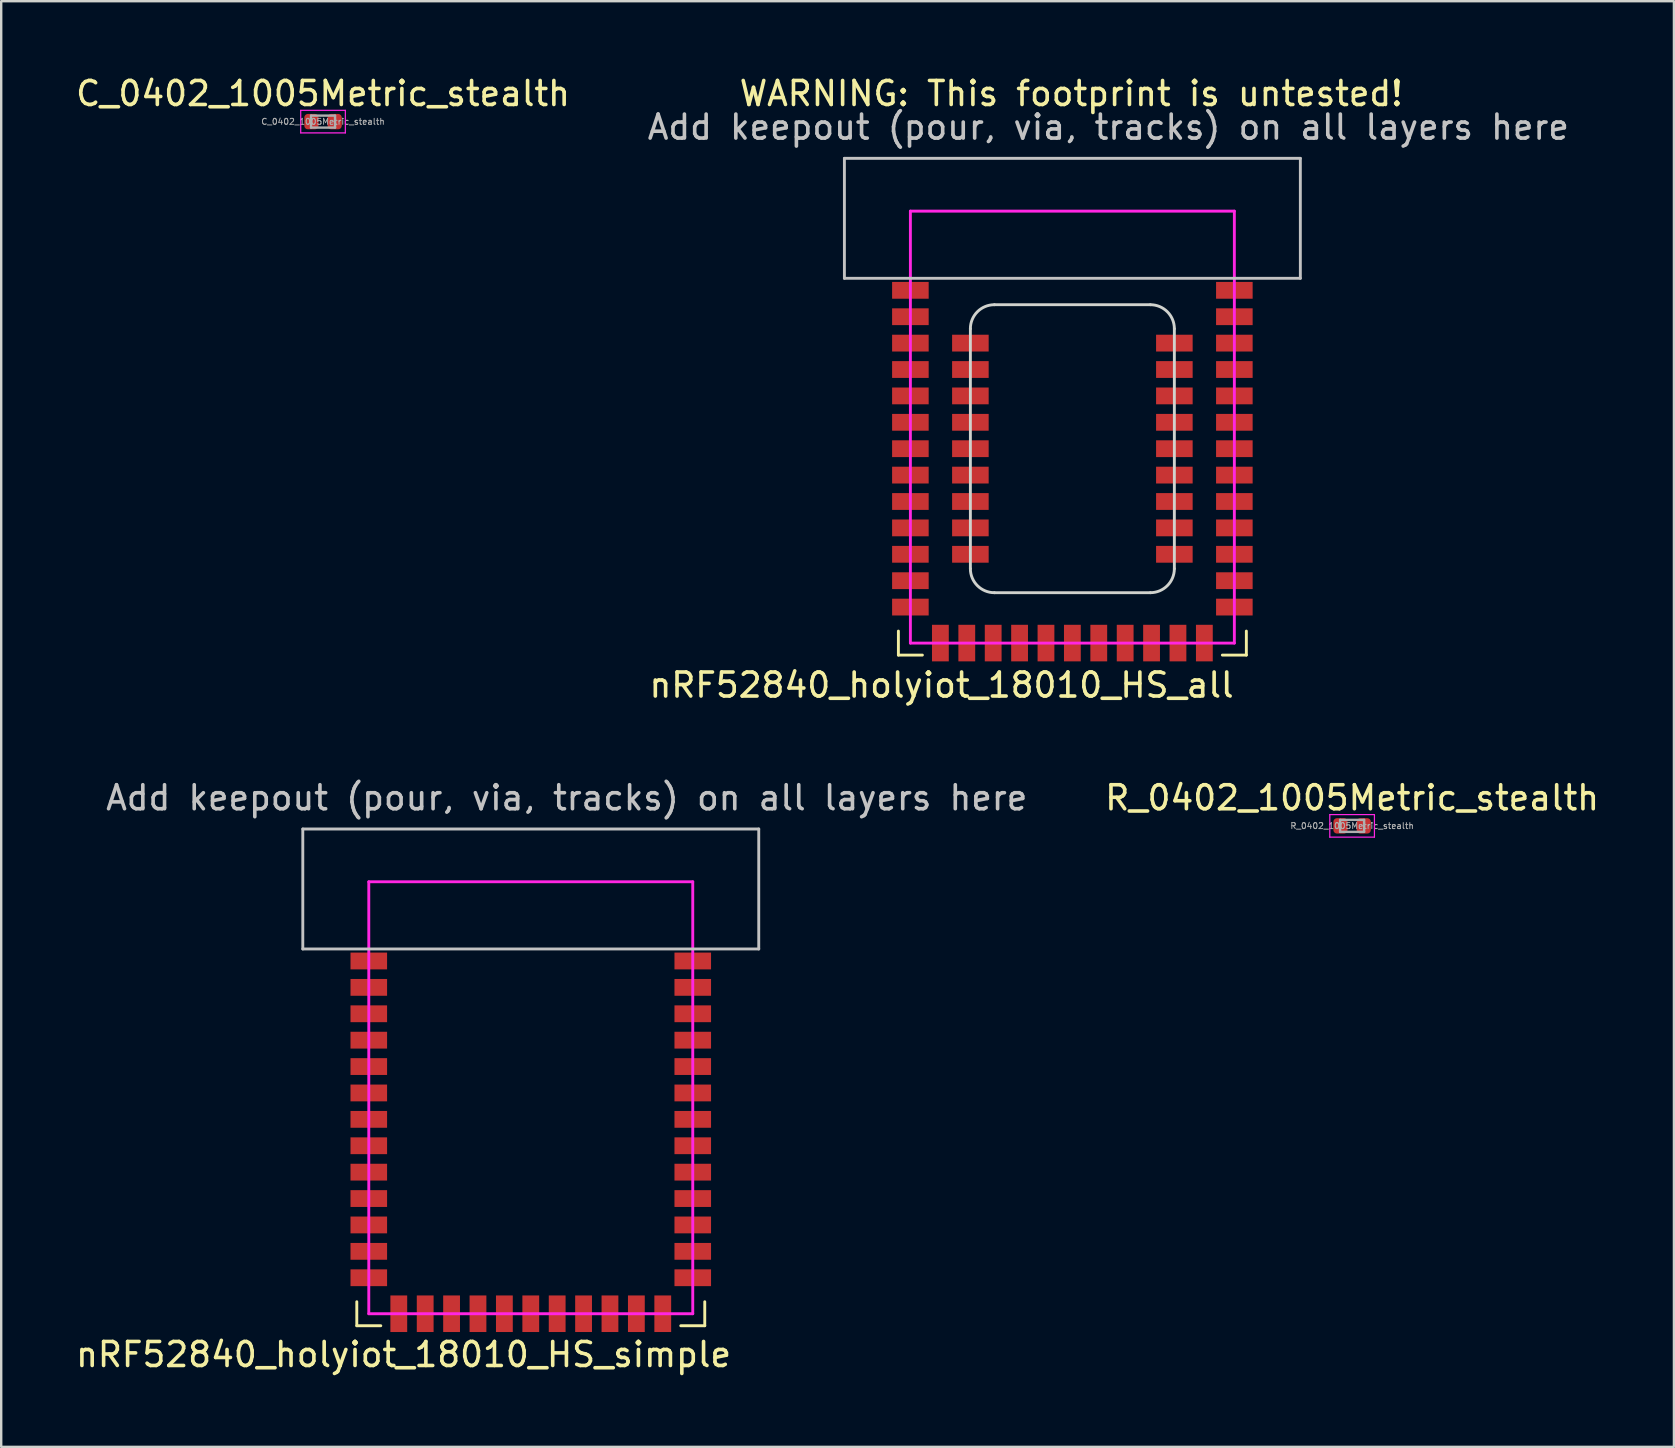
<source format=kicad_pcb>
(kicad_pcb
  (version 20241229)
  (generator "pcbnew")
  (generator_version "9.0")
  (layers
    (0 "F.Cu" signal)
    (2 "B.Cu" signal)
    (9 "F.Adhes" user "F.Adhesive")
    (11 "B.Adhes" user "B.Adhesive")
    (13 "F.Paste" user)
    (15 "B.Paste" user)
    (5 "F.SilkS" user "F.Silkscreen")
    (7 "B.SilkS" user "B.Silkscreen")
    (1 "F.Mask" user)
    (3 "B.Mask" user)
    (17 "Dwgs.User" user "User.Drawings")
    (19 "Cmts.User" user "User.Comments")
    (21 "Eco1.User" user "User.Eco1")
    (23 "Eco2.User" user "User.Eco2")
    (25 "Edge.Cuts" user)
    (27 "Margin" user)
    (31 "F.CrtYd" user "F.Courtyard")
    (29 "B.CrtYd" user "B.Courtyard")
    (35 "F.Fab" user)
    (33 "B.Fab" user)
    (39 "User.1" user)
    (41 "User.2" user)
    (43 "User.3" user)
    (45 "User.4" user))
  (footprint "nRF52840_holyiot_18010_HS_simple"
    (layer "F.Cu")
    (at 19.068 42.695)
    (property "Reference" "nRF52840_holyiot_18010_HS_simple" (at -5.3 10.7 0) (layer "F.SilkS") (effects (font (size 1 1) (thickness 0.15))))
    (attr through_hole)
    (fp_line (start -7.25 8.5) (end -7.25 9.5) (stroke (width 0.12) (type solid)) (layer "F.SilkS"))
    (fp_line (start -6.25 9.5) (end -7.25 9.5) (stroke (width 0.12) (type solid)) (layer "F.SilkS"))
    (fp_line (start 6.25 9.5) (end 7.25 9.5) (stroke (width 0.12) (type solid)) (layer "F.SilkS"))
    (fp_line (start 7.25 8.5) (end 7.25 9.5) (stroke (width 0.12) (type solid)) (layer "F.SilkS"))
    (fp_line (start -9.5 -11.2) (end 9.5 -11.2) (stroke (width 0.12) (type solid)) (layer "Dwgs.User"))
    (fp_line (start -9.5 -6.2) (end -9.5 -11.2) (stroke (width 0.12) (type solid)) (layer "Dwgs.User"))
    (fp_line (start 9.5 -11.2) (end 9.5 -6.2) (stroke (width 0.12) (type solid)) (layer "Dwgs.User"))
    (fp_line (start 9.5 -6.2) (end -9.5 -6.2) (stroke (width 0.12) (type solid)) (layer "Dwgs.User"))
    (fp_line (start -6.75 -9) (end 6.75 -9) (stroke (width 0.12) (type solid)) (layer "F.CrtYd"))
    (fp_line (start -6.75 9) (end -6.75 -9) (stroke (width 0.12) (type solid)) (layer "F.CrtYd"))
    (fp_line (start 6.75 -9) (end 6.75 9) (stroke (width 0.12) (type solid)) (layer "F.CrtYd"))
    (fp_line (start 6.75 9) (end -6.75 9) (stroke (width 0.12) (type solid)) (layer "F.CrtYd"))
    (fp_text user "Add keepout (pour, via, tracks) on all layers here" (at 1.5 -12.5 0) (layer "Dwgs.User") (effects (font (size 1 1) (thickness 0.15))))
    (pad "1" smd rect (at -6.75 -5.7) (size 1.524 0.7) (layers "F.Cu" "F.Mask" "F.Paste"))
    (pad "2" smd rect (at -6.75 -4.6) (size 1.524 0.7) (layers "F.Cu" "F.Mask" "F.Paste"))
    (pad "3" smd rect (at -6.75 -3.5) (size 1.524 0.7) (layers "F.Cu" "F.Mask" "F.Paste"))
    (pad "4" smd rect (at -6.75 -2.4) (size 1.524 0.7) (layers "F.Cu" "F.Mask" "F.Paste"))
    (pad "5" smd rect (at -6.75 -1.3) (size 1.524 0.7) (layers "F.Cu" "F.Mask" "F.Paste"))
    (pad "6" smd rect (at -6.75 -0.2) (size 1.524 0.7) (layers "F.Cu" "F.Mask" "F.Paste"))
    (pad "7" smd rect (at -6.75 0.9) (size 1.524 0.7) (layers "F.Cu" "F.Mask" "F.Paste"))
    (pad "8" smd rect (at -6.75 2) (size 1.524 0.7) (layers "F.Cu" "F.Mask" "F.Paste"))
    (pad "9" smd rect (at -6.75 3.1) (size 1.524 0.7) (layers "F.Cu" "F.Mask" "F.Paste"))
    (pad "10" smd rect (at -6.75 4.2) (size 1.524 0.7) (layers "F.Cu" "F.Mask" "F.Paste"))
    (pad "11" smd rect (at -6.75 5.3) (size 1.524 0.7) (layers "F.Cu" "F.Mask" "F.Paste"))
    (pad "12" smd rect (at -6.75 6.4) (size 1.524 0.7) (layers "F.Cu" "F.Mask" "F.Paste"))
    (pad "13" smd rect (at -6.75 7.5) (size 1.524 0.7) (layers "F.Cu" "F.Mask" "F.Paste"))
    (pad "14" smd rect (at -5.5 9 90) (size 1.524 0.7) (layers "F.Cu" "F.Mask" "F.Paste"))
    (pad "15" smd rect (at -4.4 9 90) (size 1.524 0.7) (layers "F.Cu" "F.Mask" "F.Paste"))
    (pad "16" smd rect (at -3.3 9 90) (size 1.524 0.7) (layers "F.Cu" "F.Mask" "F.Paste"))
    (pad "17" smd rect (at -2.2 9 90) (size 1.524 0.7) (layers "F.Cu" "F.Mask" "F.Paste"))
    (pad "18" smd rect (at -1.1 9 90) (size 1.524 0.7) (layers "F.Cu" "F.Mask" "F.Paste"))
    (pad "19" smd rect (at 0 9 90) (size 1.524 0.7) (layers "F.Cu" "F.Mask" "F.Paste"))
    (pad "20" smd rect (at 1.1 9 90) (size 1.524 0.7) (layers "F.Cu" "F.Mask" "F.Paste"))
    (pad "21" smd rect (at 2.2 9 90) (size 1.524 0.7) (layers "F.Cu" "F.Mask" "F.Paste"))
    (pad "22" smd rect (at 3.3 9 90) (size 1.524 0.7) (layers "F.Cu" "F.Mask" "F.Paste"))
    (pad "23" smd rect (at 4.4 9 90) (size 1.524 0.7) (layers "F.Cu" "F.Mask" "F.Paste"))
    (pad "24" smd rect (at 5.5 9 90) (size 1.524 0.7) (layers "F.Cu" "F.Mask" "F.Paste"))
    (pad "25" smd rect (at 6.75 7.5 180) (size 1.524 0.7) (layers "F.Cu" "F.Mask" "F.Paste"))
    (pad "26" smd rect (at 6.75 6.4 180) (size 1.524 0.7) (layers "F.Cu" "F.Mask" "F.Paste"))
    (pad "27" smd rect (at 6.75 5.3 180) (size 1.524 0.7) (layers "F.Cu" "F.Mask" "F.Paste"))
    (pad "28" smd rect (at 6.75 4.2 180) (size 1.524 0.7) (layers "F.Cu" "F.Mask" "F.Paste"))
    (pad "29" smd rect (at 6.75 3.1 180) (size 1.524 0.7) (layers "F.Cu" "F.Mask" "F.Paste"))
    (pad "30" smd rect (at 6.75 2 180) (size 1.524 0.7) (layers "F.Cu" "F.Mask" "F.Paste"))
    (pad "31" smd rect (at 6.75 0.9 180) (size 1.524 0.7) (layers "F.Cu" "F.Mask" "F.Paste"))
    (pad "32" smd rect (at 6.75 -0.2 180) (size 1.524 0.7) (layers "F.Cu" "F.Mask" "F.Paste"))
    (pad "33" smd rect (at 6.75 -1.3 180) (size 1.524 0.7) (layers "F.Cu" "F.Mask" "F.Paste"))
    (pad "34" smd rect (at 6.75 -2.4 180) (size 1.524 0.7) (layers "F.Cu" "F.Mask" "F.Paste"))
    (pad "35" smd rect (at 6.75 -3.5 180) (size 1.524 0.7) (layers "F.Cu" "F.Mask" "F.Paste"))
    (pad "36" smd rect (at 6.75 -4.6 180) (size 1.524 0.7) (layers "F.Cu" "F.Mask" "F.Paste"))
    (pad "37" smd rect (at 6.75 -5.7 180) (size 1.524 0.7) (layers "F.Cu" "F.Mask" "F.Paste")))
  (footprint "nRF52840_holyiot_18010_HS_all"
    (layer "F.Cu")
    (at 41.637 14.748)
    (property "Reference" "nRF52840_holyiot_18010_HS_all" (at -5.45 10.75 0) (layer "F.SilkS") (effects (font (size 1 1) (thickness 0.15))))
    (attr through_hole)
    (fp_line (start -7.25 8.5) (end -7.25 9.5) (stroke (width 0.12) (type solid)) (layer "F.SilkS"))
    (fp_line (start -6.25 9.5) (end -7.25 9.5) (stroke (width 0.12) (type solid)) (layer "F.SilkS"))
    (fp_line (start 6.25 9.5) (end 7.25 9.5) (stroke (width 0.12) (type solid)) (layer "F.SilkS"))
    (fp_line (start 7.25 8.5) (end 7.25 9.5) (stroke (width 0.12) (type solid)) (layer "F.SilkS"))
    (fp_line (start -9.5 -11.2) (end 9.5 -11.2) (stroke (width 0.12) (type solid)) (layer "Dwgs.User"))
    (fp_line (start -9.5 -6.2) (end -9.5 -11.2) (stroke (width 0.12) (type solid)) (layer "Dwgs.User"))
    (fp_line (start 9.5 -11.2) (end 9.5 -6.2) (stroke (width 0.12) (type solid)) (layer "Dwgs.User"))
    (fp_line (start 9.5 -6.2) (end -9.5 -6.2) (stroke (width 0.12) (type solid)) (layer "Dwgs.User"))
    (fp_line (start -4.25 5.9) (end -4.25 -4.1) (stroke (width 0.12) (type solid)) (layer "Edge.Cuts"))
    (fp_line (start -3.25 -5.1) (end 3.25 -5.1) (stroke (width 0.12) (type solid)) (layer "Edge.Cuts"))
    (fp_line (start 3.25 6.9) (end -3.25 6.9) (stroke (width 0.12) (type solid)) (layer "Edge.Cuts"))
    (fp_line (start 4.25 -4.1) (end 4.25 5.9) (stroke (width 0.12) (type solid)) (layer "Edge.Cuts"))
    (fp_arc (start -4.25 -4.1) (mid -3.957107 -4.807107) (end -3.25 -5.1) (stroke (width 0.12) (type solid)) (layer "Edge.Cuts"))
    (fp_arc (start -3.25 6.9) (mid -3.957107 6.607107) (end -4.25 5.9) (stroke (width 0.12) (type solid)) (layer "Edge.Cuts"))
    (fp_arc (start 3.25 -5.1) (mid 3.957107 -4.807107) (end 4.25 -4.1) (stroke (width 0.12) (type solid)) (layer "Edge.Cuts"))
    (fp_arc (start 4.25 5.9) (mid 3.957107 6.607107) (end 3.25 6.9) (stroke (width 0.12) (type solid)) (layer "Edge.Cuts"))
    (fp_line (start -6.75 -9) (end 6.75 -9) (stroke (width 0.12) (type solid)) (layer "F.CrtYd"))
    (fp_line (start -6.75 9) (end -6.75 -9) (stroke (width 0.12) (type solid)) (layer "F.CrtYd"))
    (fp_line (start 6.75 -9) (end 6.75 9) (stroke (width 0.12) (type solid)) (layer "F.CrtYd"))
    (fp_line (start 6.75 9) (end -6.75 9) (stroke (width 0.12) (type solid)) (layer "F.CrtYd"))
    (fp_text user "WARNING: This footprint is untested!" (at -0.05 -13.9 0) (layer "F.SilkS") (effects (font (size 1 1) (thickness 0.15))))
    (fp_text user "Add keepout (pour, via, tracks) on all layers here" (at 1.5 -12.5 0) (layer "Dwgs.User") (effects (font (size 1 1) (thickness 0.15))))
    (pad "1" smd rect (at -6.75 -5.7) (size 1.524 0.7) (layers "F.Cu" "F.Mask" "F.Paste"))
    (pad "2" smd rect (at -6.75 -4.6) (size 1.524 0.7) (layers "F.Cu" "F.Mask" "F.Paste"))
    (pad "3" smd rect (at -6.75 -3.5) (size 1.524 0.7) (layers "F.Cu" "F.Mask" "F.Paste"))
    (pad "4" smd rect (at -6.75 -2.4) (size 1.524 0.7) (layers "F.Cu" "F.Mask" "F.Paste"))
    (pad "5" smd rect (at -6.75 -1.3) (size 1.524 0.7) (layers "F.Cu" "F.Mask" "F.Paste"))
    (pad "6" smd rect (at -6.75 -0.2) (size 1.524 0.7) (layers "F.Cu" "F.Mask" "F.Paste"))
    (pad "7" smd rect (at -6.75 0.9) (size 1.524 0.7) (layers "F.Cu" "F.Mask" "F.Paste"))
    (pad "8" smd rect (at -6.75 2) (size 1.524 0.7) (layers "F.Cu" "F.Mask" "F.Paste"))
    (pad "9" smd rect (at -6.75 3.1) (size 1.524 0.7) (layers "F.Cu" "F.Mask" "F.Paste"))
    (pad "10" smd rect (at -6.75 4.2) (size 1.524 0.7) (layers "F.Cu" "F.Mask" "F.Paste"))
    (pad "11" smd rect (at -6.75 5.3) (size 1.524 0.7) (layers "F.Cu" "F.Mask" "F.Paste"))
    (pad "12" smd rect (at -6.75 6.4) (size 1.524 0.7) (layers "F.Cu" "F.Mask" "F.Paste"))
    (pad "13" smd rect (at -6.75 7.5) (size 1.524 0.7) (layers "F.Cu" "F.Mask" "F.Paste"))
    (pad "14" smd rect (at -5.5 9 90) (size 1.524 0.7) (layers "F.Cu" "F.Mask" "F.Paste"))
    (pad "15" smd rect (at -4.4 9 90) (size 1.524 0.7) (layers "F.Cu" "F.Mask" "F.Paste"))
    (pad "16" smd rect (at -3.3 9 90) (size 1.524 0.7) (layers "F.Cu" "F.Mask" "F.Paste"))
    (pad "17" smd rect (at -2.2 9 90) (size 1.524 0.7) (layers "F.Cu" "F.Mask" "F.Paste"))
    (pad "18" smd rect (at -1.1 9 90) (size 1.524 0.7) (layers "F.Cu" "F.Mask" "F.Paste"))
    (pad "19" smd rect (at 0 9 90) (size 1.524 0.7) (layers "F.Cu" "F.Mask" "F.Paste"))
    (pad "20" smd rect (at 1.1 9 90) (size 1.524 0.7) (layers "F.Cu" "F.Mask" "F.Paste"))
    (pad "21" smd rect (at 2.2 9 90) (size 1.524 0.7) (layers "F.Cu" "F.Mask" "F.Paste"))
    (pad "22" smd rect (at 3.3 9 90) (size 1.524 0.7) (layers "F.Cu" "F.Mask" "F.Paste"))
    (pad "23" smd rect (at 4.4 9 90) (size 1.524 0.7) (layers "F.Cu" "F.Mask" "F.Paste"))
    (pad "24" smd rect (at 5.5 9 90) (size 1.524 0.7) (layers "F.Cu" "F.Mask" "F.Paste"))
    (pad "25" smd rect (at 6.75 7.5 180) (size 1.524 0.7) (layers "F.Cu" "F.Mask" "F.Paste"))
    (pad "26" smd rect (at 6.75 6.4 180) (size 1.524 0.7) (layers "F.Cu" "F.Mask" "F.Paste"))
    (pad "27" smd rect (at 6.75 5.3 180) (size 1.524 0.7) (layers "F.Cu" "F.Mask" "F.Paste"))
    (pad "28" smd rect (at 6.75 4.2 180) (size 1.524 0.7) (layers "F.Cu" "F.Mask" "F.Paste"))
    (pad "29" smd rect (at 6.75 3.1 180) (size 1.524 0.7) (layers "F.Cu" "F.Mask" "F.Paste"))
    (pad "30" smd rect (at 6.75 2 180) (size 1.524 0.7) (layers "F.Cu" "F.Mask" "F.Paste"))
    (pad "31" smd rect (at 6.75 0.9 180) (size 1.524 0.7) (layers "F.Cu" "F.Mask" "F.Paste"))
    (pad "32" smd rect (at 6.75 -0.2 180) (size 1.524 0.7) (layers "F.Cu" "F.Mask" "F.Paste"))
    (pad "33" smd rect (at 6.75 -1.3 180) (size 1.524 0.7) (layers "F.Cu" "F.Mask" "F.Paste"))
    (pad "34" smd rect (at 6.75 -2.4 180) (size 1.524 0.7) (layers "F.Cu" "F.Mask" "F.Paste"))
    (pad "35" smd rect (at 6.75 -3.5 180) (size 1.524 0.7) (layers "F.Cu" "F.Mask" "F.Paste"))
    (pad "36" smd rect (at 6.75 -4.6 180) (size 1.524 0.7) (layers "F.Cu" "F.Mask" "F.Paste"))
    (pad "37" smd rect (at 6.75 -5.7 180) (size 1.524 0.7) (layers "F.Cu" "F.Mask" "F.Paste"))
    (pad "38" smd rect (at -4.25 -3.5 180) (size 1.524 0.7) (layers "F.Cu" "F.Mask" "F.Paste"))
    (pad "39" smd rect (at -4.25 -2.4 180) (size 1.524 0.7) (layers "F.Cu" "F.Mask" "F.Paste"))
    (pad "40" smd rect (at -4.25 -1.3 180) (size 1.524 0.7) (layers "F.Cu" "F.Mask" "F.Paste"))
    (pad "41" smd rect (at -4.25 -0.2 180) (size 1.524 0.7) (layers "F.Cu" "F.Mask" "F.Paste"))
    (pad "42" smd rect (at -4.25 0.9 180) (size 1.524 0.7) (layers "F.Cu" "F.Mask" "F.Paste"))
    (pad "43" smd rect (at -4.25 2 180) (size 1.524 0.7) (layers "F.Cu" "F.Mask" "F.Paste"))
    (pad "44" smd rect (at -4.25 3.1 180) (size 1.524 0.7) (layers "F.Cu" "F.Mask" "F.Paste"))
    (pad "45" smd rect (at -4.25 4.2 180) (size 1.524 0.7) (layers "F.Cu" "F.Mask" "F.Paste"))
    (pad "46" smd rect (at -4.25 5.3 180) (size 1.524 0.7) (layers "F.Cu" "F.Mask" "F.Paste"))
    (pad "47" smd rect (at 4.25 -3.5 180) (size 1.524 0.7) (layers "F.Cu" "F.Mask" "F.Paste"))
    (pad "48" smd rect (at 4.25 -2.4 180) (size 1.524 0.7) (layers "F.Cu" "F.Mask" "F.Paste"))
    (pad "49" smd rect (at 4.25 -1.3 180) (size 1.524 0.7) (layers "F.Cu" "F.Mask" "F.Paste"))
    (pad "50" smd rect (at 4.25 -0.2 180) (size 1.524 0.7) (layers "F.Cu" "F.Mask" "F.Paste"))
    (pad "51" smd rect (at 4.25 0.9 180) (size 1.524 0.7) (layers "F.Cu" "F.Mask" "F.Paste"))
    (pad "52" smd rect (at 4.25 2 180) (size 1.524 0.7) (layers "F.Cu" "F.Mask" "F.Paste"))
    (pad "53" smd rect (at 4.25 3.1 180) (size 1.524 0.7) (layers "F.Cu" "F.Mask" "F.Paste"))
    (pad "54" smd rect (at 4.25 4.2 180) (size 1.524 0.7) (layers "F.Cu" "F.Mask" "F.Paste"))
    (pad "55" smd rect (at 4.25 5.3 180) (size 1.524 0.7) (layers "F.Cu" "F.Mask" "F.Paste")))
  (footprint "C_0402_1005Metric_stealth"
    (layer "F.Cu")
    (at 10.411 2.018)
    (property "Reference" "C_0402_1005Metric_stealth" (at 0 -1.17 0) (layer "F.SilkS") (effects (font (size 1 1) (thickness 0.15))))
    (attr smd)
    (fp_line (start -0.93 -0.47) (end 0.93 -0.47) (stroke (width 0.05) (type solid)) (layer "F.CrtYd"))
    (fp_line (start -0.93 0.47) (end -0.93 -0.47) (stroke (width 0.05) (type solid)) (layer "F.CrtYd"))
    (fp_line (start 0.93 -0.47) (end 0.93 0.47) (stroke (width 0.05) (type solid)) (layer "F.CrtYd"))
    (fp_line (start 0.93 0.47) (end -0.93 0.47) (stroke (width 0.05) (type solid)) (layer "F.CrtYd"))
    (fp_line (start -0.5 -0.25) (end 0.5 -0.25) (stroke (width 0.1) (type solid)) (layer "F.Fab"))
    (fp_line (start -0.5 0.25) (end -0.5 -0.25) (stroke (width 0.1) (type solid)) (layer "F.Fab"))
    (fp_line (start 0.5 -0.25) (end 0.5 0.25) (stroke (width 0.1) (type solid)) (layer "F.Fab"))
    (fp_line (start 0.5 0.25) (end -0.5 0.25) (stroke (width 0.1) (type solid)) (layer "F.Fab"))
    (fp_text user "${REFERENCE}" (at 0 0 0) (layer "F.Fab") (effects (font (size 0.25 0.25) (thickness 0.04))))
    (pad "1" smd roundrect (at -0.485 0) (size 0.59 0.64) (layers "F.Cu" "F.Mask" "F.Paste") (roundrect_rratio 0.25))
    (pad "2" smd roundrect (at 0.485 0) (size 0.59 0.64) (layers "F.Cu" "F.Mask" "F.Paste") (roundrect_rratio 0.25)))
  (footprint "R_0402_1005Metric_stealth"
    (layer "F.Cu")
    (at 53.294 31.365)
    (property "Reference" "R_0402_1005Metric_stealth" (at 0 -1.17 0) (layer "F.SilkS") (effects (font (size 1 1) (thickness 0.15))))
    (attr smd)
    (fp_line (start -0.93 -0.47) (end 0.93 -0.47) (stroke (width 0.05) (type solid)) (layer "F.CrtYd"))
    (fp_line (start -0.93 0.47) (end -0.93 -0.47) (stroke (width 0.05) (type solid)) (layer "F.CrtYd"))
    (fp_line (start 0.93 -0.47) (end 0.93 0.47) (stroke (width 0.05) (type solid)) (layer "F.CrtYd"))
    (fp_line (start 0.93 0.47) (end -0.93 0.47) (stroke (width 0.05) (type solid)) (layer "F.CrtYd"))
    (fp_line (start -0.5 -0.25) (end 0.5 -0.25) (stroke (width 0.1) (type solid)) (layer "F.Fab"))
    (fp_line (start -0.5 0.25) (end -0.5 -0.25) (stroke (width 0.1) (type solid)) (layer "F.Fab"))
    (fp_line (start 0.5 -0.25) (end 0.5 0.25) (stroke (width 0.1) (type solid)) (layer "F.Fab"))
    (fp_line (start 0.5 0.25) (end -0.5 0.25) (stroke (width 0.1) (type solid)) (layer "F.Fab"))
    (fp_text user "${REFERENCE}" (at 0 0 0) (layer "F.Fab") (effects (font (size 0.25 0.25) (thickness 0.04))))
    (pad "1" smd roundrect (at -0.485 0) (size 0.59 0.64) (layers "F.Cu" "F.Mask" "F.Paste") (roundrect_rratio 0.25))
    (pad "2" smd roundrect (at 0.485 0) (size 0.59 0.64) (layers "F.Cu" "F.Mask" "F.Paste") (roundrect_rratio 0.25)))
  (gr_rect
    (start -3 -3)
    (end 66.705 57.243)
    (stroke (width 0.1) (type default))
    (fill no)
    (layer "Edge.Cuts")))
</source>
